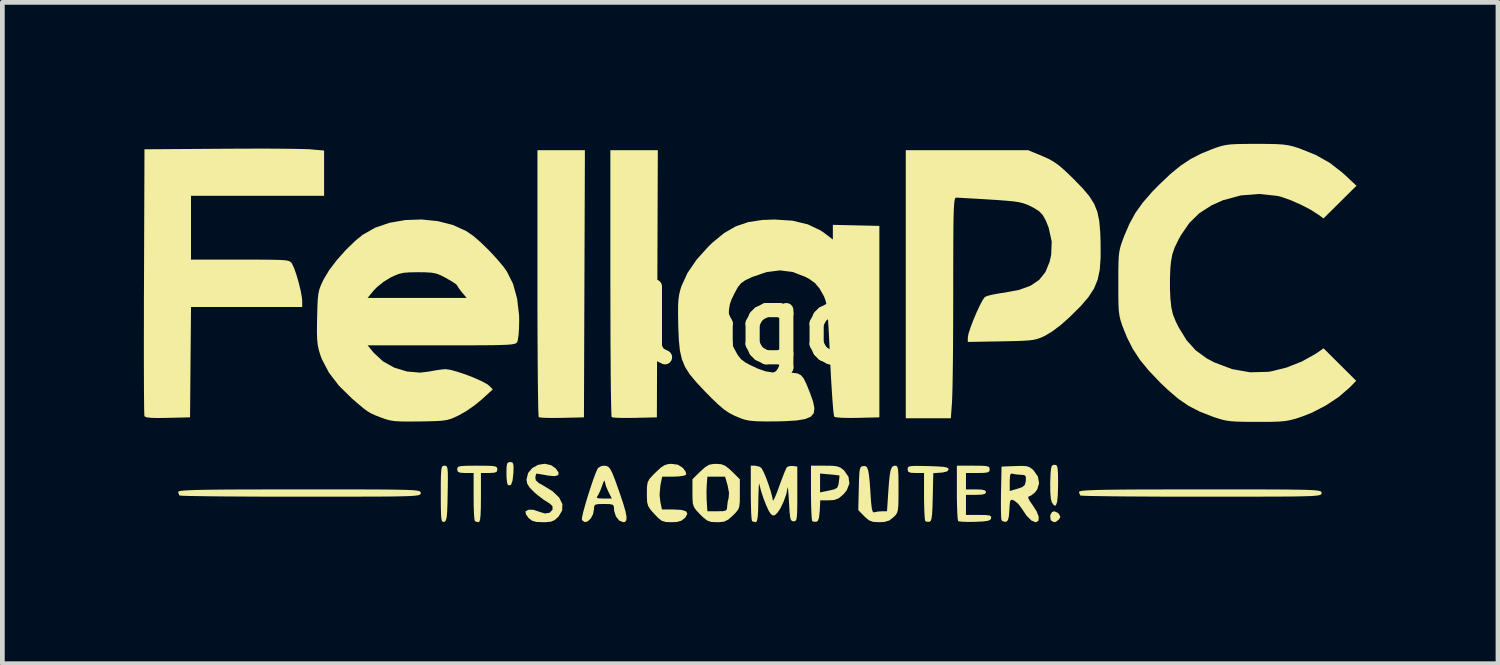
<source format=kicad_pcb>
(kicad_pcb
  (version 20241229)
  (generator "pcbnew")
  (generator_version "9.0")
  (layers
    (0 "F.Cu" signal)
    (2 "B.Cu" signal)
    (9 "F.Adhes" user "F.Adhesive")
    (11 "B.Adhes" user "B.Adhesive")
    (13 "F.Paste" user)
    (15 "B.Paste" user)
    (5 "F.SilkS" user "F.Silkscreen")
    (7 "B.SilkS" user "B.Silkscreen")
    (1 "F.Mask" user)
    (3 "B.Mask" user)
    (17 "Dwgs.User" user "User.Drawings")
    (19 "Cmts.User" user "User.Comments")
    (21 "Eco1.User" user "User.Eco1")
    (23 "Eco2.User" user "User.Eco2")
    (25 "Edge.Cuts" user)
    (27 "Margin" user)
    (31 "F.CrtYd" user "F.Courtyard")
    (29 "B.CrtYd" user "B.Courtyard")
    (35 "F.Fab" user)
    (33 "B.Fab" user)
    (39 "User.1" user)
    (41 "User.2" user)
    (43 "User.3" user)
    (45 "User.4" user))
  (footprint "logo"
    (layer "F.Cu")
    (at 12.906 3.846)
    (property "Reference" "logo" (at 0 0 0) (layer "F.SilkS") (effects (font (size 1.5 1.5) (thickness 0.3))))
    (attr board_only exclude_from_pos_files exclude_from_bom)
    (fp_poly (pts (xy 6.461 3.971) (xy 6.495 4.001) (xy 6.524 4.063) (xy 6.495 4.117) (xy 6.429 4.167) (xy 6.392 4.175) (xy 6.332 4.144) (xy 6.316 4.117) (xy 6.309 4.03) (xy 6.345 3.962) (xy 6.392 3.943)) (stroke (width 0) (type solid)) (fill yes) (layer "F.SilkS"))
    (fp_poly (pts (xy -5.097 2.906) (xy -5.075 2.939) (xy -5.068 3.014) (xy -5.072 3.138) (xy -5.09 3.295) (xy -5.122 3.381) (xy -5.167 3.396) (xy -5.193 3.377) (xy -5.207 3.327) (xy -5.217 3.224) (xy -5.219 3.125) (xy -5.216 2.998) (xy -5.203 2.93) (xy -5.174 2.903) (xy -5.14 2.9)) (stroke (width 0) (type solid)) (fill yes) (layer "F.SilkS"))
    (fp_poly (pts (xy 6.432 2.962) (xy 6.455 2.986) (xy 6.467 3.042) (xy 6.474 3.144) (xy 6.476 3.304) (xy 6.476 3.38) (xy 6.47 3.602) (xy 6.455 3.748) (xy 6.428 3.82) (xy 6.39 3.82) (xy 6.342 3.752) (xy 6.322 3.674) (xy 6.311 3.537) (xy 6.309 3.36) (xy 6.31 3.315) (xy 6.316 3.147) (xy 6.326 3.041) (xy 6.342 2.984) (xy 6.368 2.961) (xy 6.398 2.958)) (stroke (width 0) (type solid)) (fill yes) (layer "F.SilkS"))
    (fp_poly (pts (xy -3.566 -0.88) (xy -3.576 1.952) (xy -4.042 1.963) (xy -4.225 1.965) (xy -4.379 1.963) (xy -4.487 1.957) (xy -4.535 1.947) (xy -4.535 1.947) (xy -4.539 1.905) (xy -4.544 1.792) (xy -4.547 1.613) (xy -4.551 1.376) (xy -4.554 1.086) (xy -4.557 0.75) (xy -4.559 0.372) (xy -4.561 -0.039) (xy -4.562 -0.478) (xy -4.562 -0.896) (xy -4.562 -3.711) (xy -4.059 -3.711) (xy -3.556 -3.711)) (stroke (width 0) (type solid)) (fill yes) (layer "F.SilkS"))
    (fp_poly (pts (xy -2.02 -0.88) (xy -2.03 1.952) (xy -2.496 1.963) (xy -2.678 1.965) (xy -2.832 1.963) (xy -2.941 1.957) (xy -2.989 1.947) (xy -2.989 1.947) (xy -2.993 1.905) (xy -2.997 1.792) (xy -3.001 1.613) (xy -3.005 1.376) (xy -3.008 1.086) (xy -3.01 0.75) (xy -3.013 0.372) (xy -3.014 -0.039) (xy -3.015 -0.478) (xy -3.016 -0.896) (xy -3.016 -3.711) (xy -2.513 -3.711) (xy -2.01 -3.711)) (stroke (width 0) (type solid)) (fill yes) (layer "F.SilkS"))
    (fp_poly (pts (xy -6.503 2.98) (xy -6.482 2.998) (xy -6.469 3.041) (xy -6.462 3.121) (xy -6.461 3.249) (xy -6.463 3.438) (xy -6.465 3.566) (xy -6.47 3.793) (xy -6.476 3.954) (xy -6.485 4.061) (xy -6.499 4.124) (xy -6.518 4.156) (xy -6.543 4.168) (xy -6.569 4.167) (xy -6.587 4.146) (xy -6.599 4.095) (xy -6.606 4.001) (xy -6.61 3.854) (xy -6.611 3.644) (xy -6.611 3.579) (xy -6.611 3.351) (xy -6.608 3.19) (xy -6.602 3.083) (xy -6.592 3.019) (xy -6.575 2.988) (xy -6.551 2.978) (xy -6.533 2.977)) (stroke (width 0) (type solid)) (fill yes) (layer "F.SilkS"))
    (fp_poly (pts (xy 3.611 2.983) (xy 3.721 2.985) (xy 3.915 2.992) (xy 4.043 3.001) (xy 4.118 3.016) (xy 4.151 3.037) (xy 4.156 3.054) (xy 4.126 3.097) (xy 4.03 3.121) (xy 3.993 3.124) (xy 3.83 3.136) (xy 3.819 3.645) (xy 3.813 3.858) (xy 3.805 4.004) (xy 3.793 4.097) (xy 3.776 4.147) (xy 3.751 4.166) (xy 3.748 4.167) (xy 3.679 4.162) (xy 3.661 4.151) (xy 3.651 4.104) (xy 3.643 3.995) (xy 3.637 3.84) (xy 3.634 3.655) (xy 3.634 3.628) (xy 3.634 3.132) (xy 3.46 3.132) (xy 3.352 3.127) (xy 3.3 3.106) (xy 3.286 3.06) (xy 3.286 3.053) (xy 3.29 3.019) (xy 3.312 2.997) (xy 3.363 2.985) (xy 3.459 2.981)) (stroke (width 0) (type solid)) (fill yes) (layer "F.SilkS"))
    (fp_poly (pts (xy -5.652 2.978) (xy -5.529 2.982) (xy -5.458 2.992) (xy -5.424 3.011) (xy -5.413 3.04) (xy -5.412 3.054) (xy -5.424 3.103) (xy -5.471 3.125) (xy -5.574 3.131) (xy -5.586 3.132) (xy -5.76 3.132) (xy -5.76 3.653) (xy -5.762 3.872) (xy -5.768 4.024) (xy -5.778 4.118) (xy -5.794 4.165) (xy -5.812 4.175) (xy -5.878 4.158) (xy -5.889 4.15) (xy -5.899 4.103) (xy -5.907 3.995) (xy -5.913 3.84) (xy -5.915 3.655) (xy -5.915 3.628) (xy -5.915 3.132) (xy -6.089 3.132) (xy -6.198 3.126) (xy -6.249 3.105) (xy -6.263 3.06) (xy -6.263 3.054) (xy -6.258 3.02) (xy -6.235 2.998) (xy -6.179 2.985) (xy -6.078 2.979) (xy -5.918 2.977) (xy -5.838 2.977)) (stroke (width 0) (type solid)) (fill yes) (layer "F.SilkS"))
    (fp_poly (pts (xy -1.581 2.957) (xy -1.481 3.022) (xy -1.472 3.032) (xy -1.419 3.107) (xy -1.408 3.164) (xy -1.409 3.167) (xy -1.459 3.189) (xy -1.562 3.204) (xy -1.676 3.209) (xy -1.918 3.209) (xy -1.955 3.392) (xy -1.973 3.595) (xy -1.957 3.74) (xy -1.922 3.905) (xy -1.684 3.905) (xy -1.511 3.914) (xy -1.412 3.944) (xy -1.383 3.995) (xy -1.423 4.07) (xy -1.437 4.086) (xy -1.51 4.143) (xy -1.605 4.17) (xy -1.722 4.175) (xy -1.839 4.171) (xy -1.92 4.148) (xy -1.995 4.093) (xy -2.083 4.002) (xy -2.168 3.906) (xy -2.216 3.829) (xy -2.237 3.743) (xy -2.242 3.619) (xy -2.242 3.566) (xy -2.24 3.425) (xy -2.226 3.332) (xy -2.188 3.259) (xy -2.114 3.177) (xy -2.057 3.12) (xy -1.948 3.019) (xy -1.864 2.964) (xy -1.781 2.941) (xy -1.716 2.938)) (stroke (width 0) (type solid)) (fill yes) (layer "F.SilkS"))
    (fp_poly (pts (xy 1.69 2.979) (xy 1.792 2.991) (xy 1.862 3.018) (xy 1.924 3.065) (xy 1.941 3.081) (xy 2.033 3.213) (xy 2.051 3.356) (xy 1.995 3.5) (xy 1.922 3.588) (xy 1.822 3.67) (xy 1.722 3.705) (xy 1.614 3.711) (xy 1.434 3.711) (xy 1.423 3.933) (xy 1.409 4.071) (xy 1.384 4.145) (xy 1.351 4.167) (xy 1.282 4.162) (xy 1.264 4.151) (xy 1.255 4.105) (xy 1.247 3.995) (xy 1.241 3.837) (xy 1.238 3.645) (xy 1.237 3.55) (xy 1.237 3.143) (xy 1.43 3.143) (xy 1.43 3.343) (xy 1.43 3.543) (xy 1.62 3.504) (xy 1.734 3.477) (xy 1.793 3.444) (xy 1.818 3.386) (xy 1.827 3.328) (xy 1.838 3.236) (xy 1.841 3.187) (xy 1.841 3.185) (xy 1.803 3.179) (xy 1.712 3.169) (xy 1.633 3.161) (xy 1.43 3.143) (xy 1.237 3.143) (xy 1.237 2.977) (xy 1.535 2.977)) (stroke (width 0) (type solid)) (fill yes) (layer "F.SilkS"))
    (fp_poly (pts (xy 4.843 2.978) (xy 4.946 2.984) (xy 5.001 2.998) (xy 5.023 3.024) (xy 5.026 3.054) (xy 5.018 3.096) (xy 4.983 3.119) (xy 4.904 3.129) (xy 4.775 3.132) (xy 4.523 3.132) (xy 4.523 3.305) (xy 4.523 3.479) (xy 4.736 3.479) (xy 4.864 3.485) (xy 4.93 3.503) (xy 4.949 3.537) (xy 4.929 3.572) (xy 4.862 3.59) (xy 4.736 3.595) (xy 4.523 3.595) (xy 4.523 3.808) (xy 4.523 4.021) (xy 4.797 4.021) (xy 4.94 4.023) (xy 5.021 4.032) (xy 5.055 4.053) (xy 5.057 4.088) (xy 5.057 4.088) (xy 5.04 4.122) (xy 4.992 4.144) (xy 4.9 4.158) (xy 4.748 4.166) (xy 4.714 4.167) (xy 4.561 4.169) (xy 4.439 4.165) (xy 4.367 4.156) (xy 4.357 4.151) (xy 4.348 4.105) (xy 4.34 3.995) (xy 4.334 3.837) (xy 4.33 3.645) (xy 4.33 3.55) (xy 4.33 2.977) (xy 4.678 2.977)) (stroke (width 0) (type solid)) (fill yes) (layer "F.SilkS"))
    (fp_poly (pts (xy 3.05 2.982) (xy 3.07 3.006) (xy 3.083 3.061) (xy 3.09 3.16) (xy 3.092 3.314) (xy 3.093 3.472) (xy 3.092 3.676) (xy 3.089 3.817) (xy 3.08 3.912) (xy 3.063 3.974) (xy 3.035 4.02) (xy 2.992 4.064) (xy 2.984 4.071) (xy 2.897 4.139) (xy 2.797 4.169) (xy 2.683 4.175) (xy 2.555 4.168) (xy 2.466 4.135) (xy 2.38 4.062) (xy 2.365 4.047) (xy 2.24 3.918) (xy 2.251 3.457) (xy 2.256 3.262) (xy 2.263 3.131) (xy 2.274 3.05) (xy 2.292 3.008) (xy 2.32 2.989) (xy 2.344 2.985) (xy 2.389 2.985) (xy 2.423 3.01) (xy 2.448 3.07) (xy 2.467 3.174) (xy 2.483 3.334) (xy 2.499 3.561) (xy 2.499 3.568) (xy 2.512 3.756) (xy 2.526 3.877) (xy 2.543 3.944) (xy 2.565 3.967) (xy 2.58 3.965) (xy 2.659 3.949) (xy 2.742 3.943) (xy 2.849 3.943) (xy 2.875 3.552) (xy 2.891 3.327) (xy 2.908 3.169) (xy 2.928 3.065) (xy 2.955 3.006) (xy 2.99 2.981) (xy 3.02 2.977)) (stroke (width 0) (type solid)) (fill yes) (layer "F.SilkS"))
    (fp_poly (pts (xy -0.666 2.946) (xy -0.582 2.978) (xy -0.492 3.048) (xy -0.436 3.101) (xy -0.271 3.264) (xy -0.271 3.576) (xy -0.272 3.732) (xy -0.281 3.834) (xy -0.305 3.904) (xy -0.351 3.965) (xy -0.417 4.032) (xy -0.516 4.119) (xy -0.602 4.162) (xy -0.711 4.175) (xy -0.757 4.175) (xy -0.872 4.17) (xy -0.955 4.144) (xy -1.036 4.085) (xy -1.113 4.01) (xy -1.196 3.922) (xy -1.244 3.853) (xy -1.268 3.777) (xy -1.275 3.667) (xy -1.276 3.554) (xy -1.276 3.526) (xy -0.978 3.526) (xy -0.975 3.691) (xy -0.972 3.746) (xy -0.959 3.943) (xy -0.75 3.943) (xy -0.63 3.941) (xy -0.567 3.927) (xy -0.544 3.893) (xy -0.541 3.849) (xy -0.527 3.734) (xy -0.509 3.666) (xy -0.5 3.555) (xy -0.528 3.403) (xy -0.531 3.392) (xy -0.584 3.209) (xy -0.772 3.209) (xy -0.959 3.209) (xy -0.972 3.379) (xy -0.978 3.526) (xy -1.276 3.526) (xy -1.276 3.264) (xy -1.11 3.101) (xy -1.006 3.007) (xy -0.922 2.957) (xy -0.831 2.94) (xy -0.773 2.938)) (stroke (width 0) (type solid)) (fill yes) (layer "F.SilkS"))
    (fp_poly (pts (xy -9.099 3.479) (xy -8.662 3.48) (xy -8.292 3.48) (xy -7.983 3.481) (xy -7.729 3.483) (xy -7.525 3.486) (xy -7.366 3.489) (xy -7.246 3.494) (xy -7.159 3.5) (xy -7.1 3.508) (xy -7.064 3.517) (xy -7.045 3.529) (xy -7.037 3.542) (xy -7.036 3.557) (xy -7.038 3.572) (xy -7.045 3.585) (xy -7.065 3.596) (xy -7.101 3.606) (xy -7.161 3.613) (xy -7.249 3.62) (xy -7.37 3.624) (xy -7.531 3.628) (xy -7.737 3.631) (xy -7.993 3.632) (xy -8.305 3.633) (xy -8.678 3.634) (xy -9.118 3.634) (xy -9.581 3.634) (xy -10.018 3.634) (xy -10.432 3.633) (xy -10.816 3.631) (xy -11.165 3.629) (xy -11.471 3.626) (xy -11.729 3.622) (xy -11.931 3.619) (xy -12.071 3.615) (xy -12.144 3.61) (xy -12.152 3.608) (xy -12.177 3.55) (xy -12.178 3.531) (xy -12.167 3.521) (xy -12.129 3.512) (xy -12.061 3.504) (xy -11.956 3.498) (xy -11.811 3.492) (xy -11.62 3.488) (xy -11.378 3.485) (xy -11.08 3.482) (xy -10.721 3.481) (xy -10.297 3.48) (xy -9.802 3.479) (xy -9.607 3.479)) (stroke (width 0) (type solid)) (fill yes) (layer "F.SilkS"))
    (fp_poly (pts (xy 10 3.479) (xy 10.436 3.48) (xy 10.806 3.48) (xy 11.115 3.481) (xy 11.369 3.483) (xy 11.573 3.486) (xy 11.732 3.489) (xy 11.853 3.494) (xy 11.939 3.5) (xy 11.998 3.508) (xy 12.034 3.517) (xy 12.053 3.529) (xy 12.061 3.542) (xy 12.062 3.557) (xy 12.061 3.572) (xy 12.053 3.585) (xy 12.034 3.596) (xy 11.997 3.606) (xy 11.938 3.613) (xy 11.85 3.62) (xy 11.728 3.624) (xy 11.567 3.628) (xy 11.361 3.631) (xy 11.105 3.632) (xy 10.793 3.633) (xy 10.42 3.634) (xy 9.98 3.634) (xy 9.517 3.634) (xy 9.08 3.634) (xy 8.667 3.633) (xy 8.282 3.631) (xy 7.934 3.629) (xy 7.627 3.626) (xy 7.37 3.622) (xy 7.168 3.619) (xy 7.027 3.615) (xy 6.955 3.61) (xy 6.946 3.608) (xy 6.922 3.55) (xy 6.92 3.531) (xy 6.932 3.521) (xy 6.969 3.512) (xy 7.038 3.504) (xy 7.142 3.498) (xy 7.287 3.492) (xy 7.479 3.488) (xy 7.721 3.485) (xy 8.019 3.482) (xy 8.377 3.481) (xy 8.801 3.48) (xy 9.296 3.479) (xy 9.491 3.479)) (stroke (width 0) (type solid)) (fill yes) (layer "F.SilkS"))
    (fp_poly (pts (xy -4.272 2.966) (xy -4.175 3.035) (xy -4.113 3.122) (xy -4.121 3.177) (xy -4.197 3.199) (xy -4.339 3.186) (xy -4.376 3.179) (xy -4.491 3.158) (xy -4.568 3.146) (xy -4.587 3.145) (xy -4.598 3.182) (xy -4.607 3.228) (xy -4.596 3.287) (xy -4.533 3.345) (xy -4.448 3.392) (xy -4.24 3.519) (xy -4.101 3.653) (xy -4.033 3.791) (xy -4.038 3.927) (xy -4.117 4.059) (xy -4.125 4.067) (xy -4.198 4.131) (xy -4.276 4.164) (xy -4.391 4.175) (xy -4.446 4.175) (xy -4.584 4.169) (xy -4.673 4.145) (xy -4.741 4.094) (xy -4.753 4.082) (xy -4.806 4.007) (xy -4.817 3.95) (xy -4.815 3.946) (xy -4.752 3.91) (xy -4.648 3.912) (xy -4.529 3.951) (xy -4.523 3.954) (xy -4.402 3.99) (xy -4.302 3.974) (xy -4.243 3.909) (xy -4.24 3.899) (xy -4.245 3.832) (xy -4.309 3.774) (xy -4.34 3.756) (xy -4.438 3.693) (xy -4.558 3.601) (xy -4.627 3.542) (xy -4.73 3.438) (xy -4.781 3.353) (xy -4.794 3.269) (xy -4.76 3.133) (xy -4.672 3.027) (xy -4.549 2.959) (xy -4.409 2.936)) (stroke (width 0) (type solid)) (fill yes) (layer "F.SilkS"))
    (fp_poly (pts (xy -10.244 -3.745) (xy -9.956 -3.743) (xy -9.712 -3.74) (xy -9.522 -3.736) (xy -9.395 -3.732) (xy -9.366 -3.729) (xy -9.085 -3.705) (xy -9.085 -3.225) (xy -9.085 -2.745) (xy -10.496 -2.745) (xy -11.907 -2.745) (xy -11.907 -2.068) (xy -11.907 -1.392) (xy -10.865 -1.392) (xy -10.554 -1.392) (xy -10.311 -1.391) (xy -10.128 -1.388) (xy -9.995 -1.384) (xy -9.903 -1.377) (xy -9.843 -1.366) (xy -9.806 -1.35) (xy -9.783 -1.33) (xy -9.765 -1.305) (xy -9.72 -1.209) (xy -9.669 -1.063) (xy -9.62 -0.892) (xy -9.579 -0.722) (xy -9.554 -0.578) (xy -9.549 -0.513) (xy -9.549 -0.387) (xy -10.728 -0.387) (xy -11.906 -0.387) (xy -11.917 0.783) (xy -11.927 1.952) (xy -12.401 1.963) (xy -12.614 1.966) (xy -12.76 1.962) (xy -12.849 1.951) (xy -12.89 1.932) (xy -12.894 1.925) (xy -12.897 1.879) (xy -12.9 1.762) (xy -12.902 1.58) (xy -12.904 1.339) (xy -12.905 1.046) (xy -12.906 0.707) (xy -12.906 0.328) (xy -12.905 -0.085) (xy -12.905 -0.525) (xy -12.903 -0.928) (xy -12.893 -3.731) (xy -11.27 -3.742) (xy -10.91 -3.744) (xy -10.565 -3.745)) (stroke (width 0) (type solid)) (fill yes) (layer "F.SilkS"))
    (fp_poly (pts (xy -3.099 2.982) (xy -3.056 3.003) (xy -3.016 3.052) (xy -2.972 3.139) (xy -2.918 3.275) (xy -2.848 3.471) (xy -2.827 3.53) (xy -2.747 3.767) (xy -2.696 3.941) (xy -2.673 4.06) (xy -2.677 4.133) (xy -2.706 4.169) (xy -2.743 4.175) (xy -2.828 4.141) (xy -2.898 4.053) (xy -2.936 3.935) (xy -2.938 3.896) (xy -2.943 3.835) (xy -2.968 3.803) (xy -3.034 3.791) (xy -3.151 3.789) (xy -3.272 3.791) (xy -3.336 3.804) (xy -3.36 3.837) (xy -3.363 3.896) (xy -3.383 4.006) (xy -3.432 4.097) (xy -3.496 4.157) (xy -3.56 4.174) (xy -3.611 4.136) (xy -3.62 4.119) (xy -3.615 4.065) (xy -3.59 3.954) (xy -3.549 3.805) (xy -3.503 3.651) (xy -3.305 3.651) (xy -3.276 3.668) (xy -3.184 3.673) (xy -3.16 3.673) (xy -2.985 3.673) (xy -3.058 3.529) (xy -3.106 3.419) (xy -3.132 3.324) (xy -3.134 3.307) (xy -3.145 3.292) (xy -3.17 3.341) (xy -3.188 3.394) (xy -3.231 3.509) (xy -3.274 3.598) (xy -3.287 3.616) (xy -3.305 3.651) (xy -3.503 3.651) (xy -3.498 3.633) (xy -3.441 3.455) (xy -3.385 3.288) (xy -3.333 3.148) (xy -3.293 3.053) (xy -3.276 3.025) (xy -3.21 2.986) (xy -3.151 2.977)) (stroke (width 0) (type solid)) (fill yes) (layer "F.SilkS"))
    (fp_poly (pts (xy 5.811 2.988) (xy 5.878 3.012) (xy 5.938 3.059) (xy 5.959 3.079) (xy 6.048 3.207) (xy 6.073 3.349) (xy 6.033 3.483) (xy 5.98 3.55) (xy 5.904 3.609) (xy 5.846 3.634) (xy 5.845 3.634) (xy 5.842 3.661) (xy 5.879 3.732) (xy 5.935 3.811) (xy 6.022 3.946) (xy 6.065 4.059) (xy 6.062 4.14) (xy 6.011 4.175) (xy 5.999 4.175) (xy 5.911 4.14) (xy 5.81 4.04) (xy 5.705 3.885) (xy 5.702 3.879) (xy 5.63 3.784) (xy 5.549 3.719) (xy 5.543 3.716) (xy 5.495 3.698) (xy 5.467 3.71) (xy 5.453 3.766) (xy 5.445 3.881) (xy 5.443 3.916) (xy 5.432 4.053) (xy 5.413 4.13) (xy 5.379 4.164) (xy 5.364 4.168) (xy 5.297 4.154) (xy 5.276 4.128) (xy 5.269 4.072) (xy 5.265 3.954) (xy 5.264 3.79) (xy 5.265 3.596) (xy 5.266 3.536) (xy 5.267 3.513) (xy 5.451 3.513) (xy 5.615 3.466) (xy 5.72 3.429) (xy 5.771 3.383) (xy 5.791 3.307) (xy 5.792 3.294) (xy 5.793 3.209) (xy 5.761 3.176) (xy 5.689 3.17) (xy 5.584 3.162) (xy 5.512 3.147) (xy 5.476 3.145) (xy 5.457 3.187) (xy 5.451 3.287) (xy 5.451 3.318) (xy 5.451 3.513) (xy 5.267 3.513) (xy 5.277 2.996) (xy 5.563 2.985) (xy 5.714 2.981)) (stroke (width 0) (type solid)) (fill yes) (layer "F.SilkS"))
    (fp_poly (pts (xy 0.142 2.996) (xy 0.185 3.025) (xy 0.228 3.1) (xy 0.282 3.225) (xy 0.337 3.374) (xy 0.385 3.523) (xy 0.417 3.646) (xy 0.426 3.706) (xy 0.437 3.715) (xy 0.468 3.66) (xy 0.513 3.552) (xy 0.56 3.424) (xy 0.619 3.262) (xy 0.672 3.126) (xy 0.712 3.035) (xy 0.729 3.005) (xy 0.792 2.983) (xy 0.856 2.983) (xy 0.947 2.996) (xy 0.947 3.576) (xy 0.947 3.799) (xy 0.944 3.956) (xy 0.938 4.059) (xy 0.927 4.119) (xy 0.909 4.147) (xy 0.883 4.156) (xy 0.87 4.156) (xy 0.835 4.15) (xy 0.811 4.123) (xy 0.795 4.061) (xy 0.783 3.951) (xy 0.773 3.78) (xy 0.771 3.75) (xy 0.762 3.595) (xy 0.753 3.486) (xy 0.746 3.432) (xy 0.742 3.439) (xy 0.715 3.575) (xy 0.659 3.734) (xy 0.59 3.88) (xy 0.528 3.972) (xy 0.468 4.029) (xy 0.423 4.03) (xy 0.387 4.002) (xy 0.343 3.936) (xy 0.288 3.818) (xy 0.231 3.672) (xy 0.181 3.521) (xy 0.147 3.388) (xy 0.142 3.363) (xy 0.136 3.361) (xy 0.13 3.425) (xy 0.125 3.544) (xy 0.121 3.707) (xy 0.121 3.721) (xy 0.117 3.924) (xy 0.108 4.061) (xy 0.094 4.14) (xy 0.074 4.173) (xy 0.064 4.175) (xy -0.001 4.158) (xy -0.013 4.15) (xy -0.022 4.104) (xy -0.03 3.995) (xy -0.035 3.837) (xy -0.038 3.645) (xy -0.039 3.55) (xy -0.039 2.977) (xy 0.053 2.977)) (stroke (width 0) (type solid)) (fill yes) (layer "F.SilkS"))
    (fp_poly (pts (xy 6.14 -3.588) (xy 6.279 -3.526) (xy 6.396 -3.459) (xy 6.512 -3.374) (xy 6.644 -3.257) (xy 6.793 -3.113) (xy 6.991 -2.91) (xy 7.138 -2.737) (xy 7.241 -2.574) (xy 7.309 -2.404) (xy 7.349 -2.208) (xy 7.37 -1.967) (xy 7.377 -1.749) (xy 7.378 -1.435) (xy 7.36 -1.18) (xy 7.315 -0.967) (xy 7.237 -0.777) (xy 7.118 -0.595) (xy 6.952 -0.402) (xy 6.73 -0.182) (xy 6.728 -0.18) (xy 6.534 -0.007) (xy 6.35 0.132) (xy 6.195 0.225) (xy 6.192 0.226) (xy 6.11 0.263) (xy 6.034 0.29) (xy 5.95 0.309) (xy 5.844 0.322) (xy 5.702 0.33) (xy 5.51 0.336) (xy 5.268 0.341) (xy 4.562 0.353) (xy 4.562 0.26) (xy 4.577 0.177) (xy 4.619 0.049) (xy 4.677 -0.105) (xy 4.745 -0.266) (xy 4.814 -0.415) (xy 4.875 -0.532) (xy 4.922 -0.598) (xy 4.927 -0.602) (xy 4.991 -0.627) (xy 5.111 -0.655) (xy 5.266 -0.682) (xy 5.34 -0.692) (xy 5.649 -0.75) (xy 5.892 -0.838) (xy 6.076 -0.963) (xy 6.208 -1.129) (xy 6.296 -1.344) (xy 6.329 -1.49) (xy 6.341 -1.776) (xy 6.276 -2.07) (xy 6.217 -2.217) (xy 6.153 -2.334) (xy 6.075 -2.417) (xy 5.957 -2.491) (xy 5.913 -2.514) (xy 5.827 -2.555) (xy 5.744 -2.585) (xy 5.65 -2.609) (xy 5.529 -2.627) (xy 5.367 -2.642) (xy 5.149 -2.658) (xy 5.034 -2.665) (xy 4.812 -2.679) (xy 4.615 -2.69) (xy 4.456 -2.699) (xy 4.349 -2.705) (xy 4.312 -2.706) (xy 4.299 -2.7) (xy 4.288 -2.676) (xy 4.278 -2.628) (xy 4.271 -2.551) (xy 4.265 -2.439) (xy 4.26 -2.285) (xy 4.257 -2.084) (xy 4.255 -1.829) (xy 4.254 -1.515) (xy 4.253 -1.134) (xy 4.253 -0.721) (xy 4.252 -0.323) (xy 4.251 0.063) (xy 4.249 0.427) (xy 4.246 0.76) (xy 4.242 1.053) (xy 4.238 1.298) (xy 4.233 1.485) (xy 4.228 1.605) (xy 4.228 1.618) (xy 4.202 1.972) (xy 3.725 1.972) (xy 3.247 1.972) (xy 3.247 -0.87) (xy 3.247 -3.711) (xy 4.545 -3.711) (xy 5.843 -3.711)) (stroke (width 0) (type solid)) (fill yes) (layer "F.SilkS"))
    (fp_poly (pts (xy 0.847 -2.217) (xy 1.171 -2.139) (xy 1.443 -2.009) (xy 1.526 -1.952) (xy 1.701 -1.818) (xy 1.701 -1.973) (xy 1.701 -2.129) (xy 2.194 -2.118) (xy 2.687 -2.107) (xy 2.687 -0.077) (xy 2.687 1.952) (xy 2.226 1.963) (xy 2.044 1.965) (xy 1.889 1.961) (xy 1.78 1.952) (xy 1.731 1.94) (xy 1.721 1.894) (xy 1.708 1.781) (xy 1.694 1.609) (xy 1.679 1.39) (xy 1.663 1.132) (xy 1.648 0.846) (xy 1.642 0.722) (xy 1.627 0.384) (xy 1.613 0.114) (xy 1.6 -0.098) (xy 1.587 -0.26) (xy 1.574 -0.381) (xy 1.559 -0.472) (xy 1.541 -0.541) (xy 1.519 -0.597) (xy 1.505 -0.627) (xy 1.416 -0.784) (xy 1.325 -0.892) (xy 1.207 -0.978) (xy 1.119 -1.026) (xy 0.85 -1.129) (xy 0.58 -1.164) (xy 0.299 -1.129) (xy -0.005 -1.025) (xy -0.027 -1.016) (xy -0.161 -0.951) (xy -0.249 -0.888) (xy -0.316 -0.803) (xy -0.387 -0.673) (xy -0.447 -0.549) (xy -0.483 -0.444) (xy -0.501 -0.33) (xy -0.508 -0.18) (xy -0.508 -0.088) (xy -0.505 0.09) (xy -0.493 0.219) (xy -0.466 0.326) (xy -0.418 0.439) (xy -0.389 0.498) (xy -0.314 0.634) (xy -0.242 0.723) (xy -0.146 0.793) (xy -0.048 0.845) (xy 0.126 0.926) (xy 0.273 0.976) (xy 0.423 1.001) (xy 0.607 1.009) (xy 0.704 1.008) (xy 0.849 1.008) (xy 0.95 1.02) (xy 1.023 1.056) (xy 1.082 1.127) (xy 1.14 1.245) (xy 1.212 1.423) (xy 1.218 1.437) (xy 1.282 1.618) (xy 1.31 1.758) (xy 1.296 1.864) (xy 1.233 1.938) (xy 1.115 1.988) (xy 0.936 2.018) (xy 0.69 2.033) (xy 0.503 2.038) (xy 0.261 2.039) (xy 0.081 2.035) (xy -0.052 2.024) (xy -0.155 2.004) (xy -0.232 1.98) (xy -0.374 1.922) (xy -0.493 1.861) (xy -0.605 1.786) (xy -0.725 1.684) (xy -0.87 1.545) (xy -1.009 1.404) (xy -1.194 1.207) (xy -1.333 1.04) (xy -1.432 0.884) (xy -1.499 0.723) (xy -1.541 0.54) (xy -1.564 0.316) (xy -1.576 0.034) (xy -1.577 -0.011) (xy -1.581 -0.244) (xy -1.58 -0.417) (xy -1.572 -0.55) (xy -1.556 -0.659) (xy -1.53 -0.762) (xy -1.507 -0.833) (xy -1.382 -1.107) (xy -1.188 -1.391) (xy -0.931 -1.676) (xy -0.847 -1.756) (xy -0.603 -1.956) (xy -0.358 -2.097) (xy -0.093 -2.187) (xy 0.209 -2.233) (xy 0.467 -2.242)) (stroke (width 0) (type solid)) (fill yes) (layer "F.SilkS"))
    (fp_poly (pts (xy 10.916 -3.845) (xy 11.102 -3.841) (xy 11.243 -3.832) (xy 11.357 -3.816) (xy 11.46 -3.792) (xy 11.57 -3.758) (xy 11.579 -3.755) (xy 11.935 -3.613) (xy 12.238 -3.442) (xy 12.51 -3.23) (xy 12.551 -3.192) (xy 12.802 -2.958) (xy 12.452 -2.611) (xy 12.103 -2.265) (xy 11.993 -2.346) (xy 11.83 -2.45) (xy 11.627 -2.555) (xy 11.412 -2.65) (xy 11.215 -2.72) (xy 11.124 -2.743) (xy 10.739 -2.784) (xy 10.35 -2.753) (xy 9.972 -2.651) (xy 9.727 -2.541) (xy 9.47 -2.376) (xy 9.26 -2.171) (xy 9.081 -1.911) (xy 9.032 -1.821) (xy 8.949 -1.652) (xy 8.899 -1.508) (xy 8.87 -1.351) (xy 8.857 -1.213) (xy 8.848 -1.003) (xy 8.848 -0.769) (xy 8.857 -0.566) (xy 8.877 -0.378) (xy 8.911 -0.229) (xy 8.97 -0.081) (xy 9.032 0.043) (xy 9.2 0.317) (xy 9.392 0.53) (xy 9.625 0.701) (xy 9.786 0.786) (xy 10.167 0.93) (xy 10.547 0.997) (xy 10.927 0.987) (xy 10.999 0.976) (xy 11.32 0.896) (xy 11.644 0.768) (xy 11.933 0.607) (xy 11.958 0.59) (xy 12.105 0.489) (xy 12.45 0.833) (xy 12.796 1.177) (xy 12.653 1.323) (xy 12.428 1.518) (xy 12.153 1.7) (xy 11.856 1.854) (xy 11.649 1.935) (xy 11.517 1.979) (xy 11.405 2.009) (xy 11.296 2.029) (xy 11.171 2.041) (xy 11.011 2.047) (xy 10.801 2.048) (xy 10.692 2.048) (xy 10.454 2.047) (xy 10.276 2.043) (xy 10.139 2.034) (xy 10.027 2.018) (xy 9.921 1.992) (xy 9.804 1.955) (xy 9.751 1.937) (xy 9.481 1.831) (xy 9.246 1.71) (xy 9.026 1.56) (xy 8.8 1.367) (xy 8.643 1.217) (xy 8.401 0.963) (xy 8.211 0.732) (xy 8.062 0.504) (xy 7.939 0.262) (xy 7.874 0.104) (xy 7.83 -0.013) (xy 7.799 -0.11) (xy 7.777 -0.204) (xy 7.763 -0.31) (xy 7.756 -0.444) (xy 7.753 -0.623) (xy 7.753 -0.861) (xy 7.753 -0.889) (xy 7.753 -1.134) (xy 7.756 -1.317) (xy 7.762 -1.455) (xy 7.775 -1.564) (xy 7.796 -1.659) (xy 7.827 -1.756) (xy 7.87 -1.872) (xy 7.878 -1.894) (xy 7.99 -2.154) (xy 8.116 -2.383) (xy 8.271 -2.6) (xy 8.468 -2.827) (xy 8.619 -2.981) (xy 8.861 -3.21) (xy 9.078 -3.387) (xy 9.292 -3.528) (xy 9.52 -3.644) (xy 9.704 -3.719) (xy 9.828 -3.766) (xy 9.931 -3.799) (xy 10.029 -3.821) (xy 10.139 -3.835) (xy 10.278 -3.842) (xy 10.463 -3.845) (xy 10.67 -3.846)) (stroke (width 0) (type solid)) (fill yes) (layer "F.SilkS"))
    (fp_poly (pts (xy -6.677 -2.208) (xy -6.357 -2.127) (xy -6.075 -1.999) (xy -5.927 -1.899) (xy -5.761 -1.755) (xy -5.585 -1.583) (xy -5.417 -1.402) (xy -5.277 -1.235) (xy -5.21 -1.14) (xy -5.079 -0.878) (xy -4.992 -0.563) (xy -4.951 -0.21) (xy -4.949 -0.09) (xy -4.953 0.078) (xy -4.964 0.224) (xy -4.98 0.324) (xy -4.989 0.35) (xy -5.001 0.369) (xy -5.022 0.384) (xy -5.058 0.396) (xy -5.117 0.406) (xy -5.206 0.413) (xy -5.332 0.418) (xy -5.502 0.422) (xy -5.724 0.424) (xy -6.004 0.425) (xy -6.349 0.425) (xy -6.595 0.425) (xy -8.162 0.425) (xy -8.034 0.582) (xy -7.839 0.763) (xy -7.598 0.898) (xy -7.328 0.98) (xy -7.05 1.004) (xy -6.861 0.981) (xy -6.713 0.954) (xy -6.577 0.935) (xy -6.508 0.93) (xy -6.407 0.945) (xy -6.261 0.985) (xy -6.089 1.042) (xy -5.914 1.11) (xy -5.756 1.18) (xy -5.637 1.243) (xy -5.586 1.281) (xy -5.509 1.359) (xy -5.739 1.57) (xy -5.891 1.695) (xy -6.066 1.816) (xy -6.221 1.905) (xy -6.321 1.953) (xy -6.406 1.987) (xy -6.492 2.01) (xy -6.597 2.024) (xy -6.737 2.032) (xy -6.928 2.037) (xy -7.054 2.039) (xy -7.286 2.041) (xy -7.457 2.039) (xy -7.585 2.032) (xy -7.687 2.016) (xy -7.781 1.991) (xy -7.877 1.957) (xy -7.99 1.913) (xy -8.077 1.874) (xy -8.155 1.83) (xy -8.24 1.768) (xy -8.35 1.677) (xy -8.496 1.551) (xy -8.768 1.284) (xy -8.983 1.003) (xy -9.132 0.72) (xy -9.162 0.639) (xy -9.196 0.528) (xy -9.219 0.422) (xy -9.232 0.303) (xy -9.237 0.152) (xy -9.235 -0.048) (xy -9.233 -0.165) (xy -9.227 -0.384) (xy -9.22 -0.545) (xy -9.216 -0.58) (xy -8.162 -0.58) (xy -7.112 -0.58) (xy -6.063 -0.58) (xy -6.163 -0.699) (xy -6.226 -0.78) (xy -6.261 -0.836) (xy -6.263 -0.845) (xy -6.294 -0.875) (xy -6.376 -0.93) (xy -6.492 -0.997) (xy -6.493 -0.998) (xy -6.609 -1.058) (xy -6.704 -1.095) (xy -6.806 -1.115) (xy -6.938 -1.123) (xy -7.09 -1.125) (xy -7.271 -1.122) (xy -7.401 -1.112) (xy -7.504 -1.088) (xy -7.607 -1.046) (xy -7.681 -1.009) (xy -7.826 -0.92) (xy -7.962 -0.811) (xy -8.034 -0.737) (xy -8.162 -0.58) (xy -9.216 -0.58) (xy -9.207 -0.663) (xy -9.187 -0.757) (xy -9.155 -0.844) (xy -9.11 -0.942) (xy -9.095 -0.973) (xy -8.978 -1.168) (xy -8.814 -1.384) (xy -8.621 -1.6) (xy -8.419 -1.795) (xy -8.27 -1.916) (xy -8.004 -2.068) (xy -7.697 -2.173) (xy -7.362 -2.231) (xy -7.017 -2.243)) (stroke (width 0) (type solid)) (fill yes) (layer "F.SilkS")))
  (gr_rect
    (start -3 -3)
    (end 28.708 11.021)
    (stroke (width 0.1) (type default))
    (fill no)
    (layer "Edge.Cuts")))
</source>
